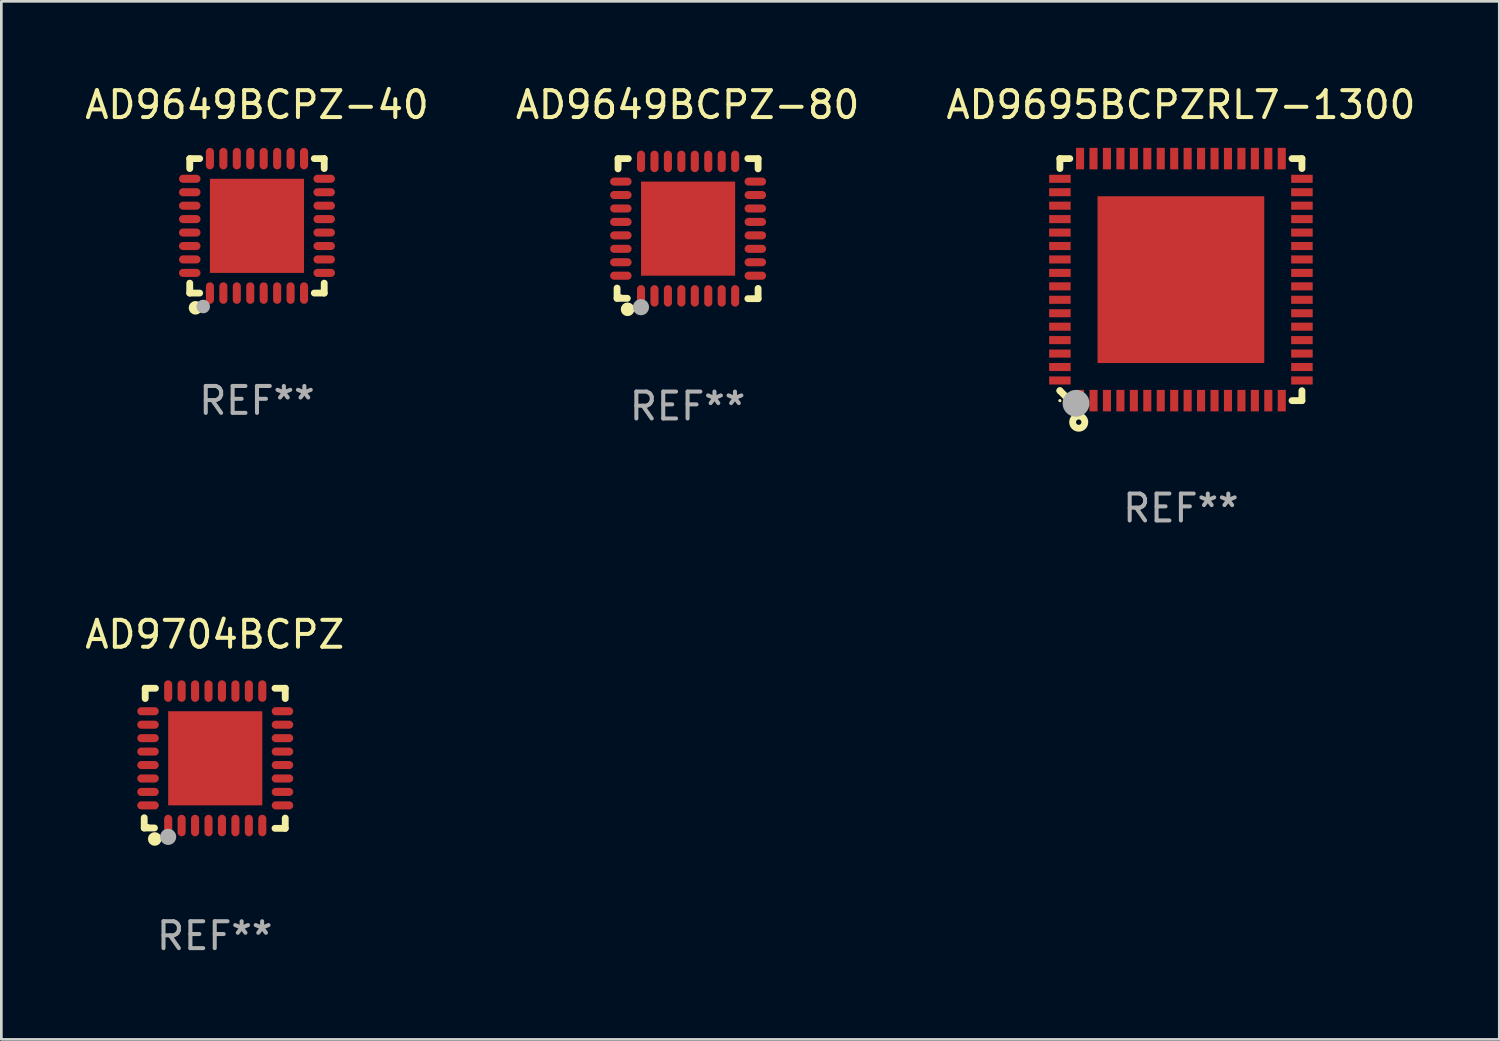
<source format=kicad_pcb>
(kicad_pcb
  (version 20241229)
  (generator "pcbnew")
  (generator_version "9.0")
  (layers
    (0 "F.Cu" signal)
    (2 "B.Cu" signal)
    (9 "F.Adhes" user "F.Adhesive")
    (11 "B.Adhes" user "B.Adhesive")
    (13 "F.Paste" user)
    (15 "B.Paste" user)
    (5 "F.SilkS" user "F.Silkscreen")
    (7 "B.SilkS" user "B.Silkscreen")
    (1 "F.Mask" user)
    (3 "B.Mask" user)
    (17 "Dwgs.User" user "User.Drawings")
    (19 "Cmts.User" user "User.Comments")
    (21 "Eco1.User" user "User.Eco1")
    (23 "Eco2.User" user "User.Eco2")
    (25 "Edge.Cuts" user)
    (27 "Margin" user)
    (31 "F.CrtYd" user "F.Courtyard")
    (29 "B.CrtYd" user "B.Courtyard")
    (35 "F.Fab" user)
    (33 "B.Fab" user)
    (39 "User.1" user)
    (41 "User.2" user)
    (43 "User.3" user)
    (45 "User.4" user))
  (footprint "AD9704BCPZ"
    (layer "F.Cu")
    (at 4.935 25.148)
    (property "Reference" "AD9704BCPZ" (at 0 -4.604 0) (layer "F.SilkS") (effects (font (size 1 1) (thickness 0.15))))
    (attr through_hole)
    (fp_line (start -2.622 2.21) (end -2.622 2.591) (stroke (width 0.254) (type solid)) (layer "F.SilkS"))
    (fp_line (start -2.622 2.591) (end -2.241 2.591) (stroke (width 0.254) (type solid)) (layer "F.SilkS"))
    (fp_line (start -2.585 -2.604) (end -2.585 -2.223) (stroke (width 0.254) (type solid)) (layer "F.SilkS"))
    (fp_line (start -2.204 -2.604) (end -2.585 -2.604) (stroke (width 0.254) (type solid)) (layer "F.SilkS"))
    (fp_line (start 2.241 2.604) (end 2.622 2.604) (stroke (width 0.254) (type solid)) (layer "F.SilkS"))
    (fp_line (start 2.622 -2.604) (end 2.241 -2.604) (stroke (width 0.254) (type solid)) (layer "F.SilkS"))
    (fp_line (start 2.622 -2.223) (end 2.622 -2.604) (stroke (width 0.254) (type solid)) (layer "F.SilkS"))
    (fp_line (start 2.622 2.604) (end 2.622 2.223) (stroke (width 0.254) (type solid)) (layer "F.SilkS"))
    (fp_circle (center -2.481 2.5) (end -2.451 2.5) (stroke (width 0.06) (type solid)) (fill no) (layer "F.SilkS"))
    (fp_circle (center -2.231 3) (end -2.104 3) (stroke (width 0.254) (type solid)) (fill no) (layer "F.SilkS"))
    (fp_circle (center -1.733 2.921) (end -1.583 2.921) (stroke (width 0.3) (type solid)) (fill no) (layer "F.Fab"))
    (fp_text user "REF**" (at 0 6.604 0) (layer "F.Fab") (effects (font (size 1 1) (thickness 0.15))))
    (pad "1" smd oval (at -1.731 2.5 90) (size 0.8 0.3) (layers "F.Cu" "F.Mask" "F.Paste"))
    (pad "2" smd oval (at -1.231 2.5 90) (size 0.8 0.3) (layers "F.Cu" "F.Mask" "F.Paste"))
    (pad "3" smd oval (at -0.731 2.5 90) (size 0.8 0.3) (layers "F.Cu" "F.Mask" "F.Paste"))
    (pad "4" smd oval (at -0.231 2.5 90) (size 0.8 0.3) (layers "F.Cu" "F.Mask" "F.Paste"))
    (pad "5" smd oval (at 0.269 2.5 90) (size 0.8 0.3) (layers "F.Cu" "F.Mask" "F.Paste"))
    (pad "6" smd oval (at 0.769 2.5 90) (size 0.8 0.3) (layers "F.Cu" "F.Mask" "F.Paste"))
    (pad "7" smd oval (at 1.269 2.5 90) (size 0.8 0.3) (layers "F.Cu" "F.Mask" "F.Paste"))
    (pad "8" smd oval (at 1.769 2.5 90) (size 0.8 0.3) (layers "F.Cu" "F.Mask" "F.Paste"))
    (pad "9" smd oval (at 2.519 1.75 180) (size 0.8 0.3) (layers "F.Cu" "F.Mask" "F.Paste"))
    (pad "10" smd oval (at 2.519 1.25 180) (size 0.8 0.3) (layers "F.Cu" "F.Mask" "F.Paste"))
    (pad "11" smd oval (at 2.519 0.75 180) (size 0.8 0.3) (layers "F.Cu" "F.Mask" "F.Paste"))
    (pad "12" smd oval (at 2.519 0.25 180) (size 0.8 0.3) (layers "F.Cu" "F.Mask" "F.Paste"))
    (pad "13" smd oval (at 2.519 -0.25 180) (size 0.8 0.3) (layers "F.Cu" "F.Mask" "F.Paste"))
    (pad "14" smd oval (at 2.519 -0.75 180) (size 0.8 0.3) (layers "F.Cu" "F.Mask" "F.Paste"))
    (pad "15" smd oval (at 2.519 -1.25 180) (size 0.8 0.3) (layers "F.Cu" "F.Mask" "F.Paste"))
    (pad "16" smd oval (at 2.519 -1.75 180) (size 0.8 0.3) (layers "F.Cu" "F.Mask" "F.Paste"))
    (pad "17" smd oval (at 1.769 -2.5 270) (size 0.8 0.3) (layers "F.Cu" "F.Mask" "F.Paste"))
    (pad "18" smd oval (at 1.269 -2.5 270) (size 0.8 0.3) (layers "F.Cu" "F.Mask" "F.Paste"))
    (pad "19" smd oval (at 0.769 -2.5 270) (size 0.8 0.3) (layers "F.Cu" "F.Mask" "F.Paste"))
    (pad "20" smd oval (at 0.269 -2.5 270) (size 0.8 0.3) (layers "F.Cu" "F.Mask" "F.Paste"))
    (pad "21" smd oval (at -0.231 -2.5 270) (size 0.8 0.3) (layers "F.Cu" "F.Mask" "F.Paste"))
    (pad "22" smd oval (at -0.731 -2.5 270) (size 0.8 0.3) (layers "F.Cu" "F.Mask" "F.Paste"))
    (pad "23" smd oval (at -1.231 -2.5 270) (size 0.8 0.3) (layers "F.Cu" "F.Mask" "F.Paste"))
    (pad "24" smd oval (at -1.731 -2.5 270) (size 0.8 0.3) (layers "F.Cu" "F.Mask" "F.Paste"))
    (pad "25" smd oval (at -2.481 -1.75) (size 0.8 0.3) (layers "F.Cu" "F.Mask" "F.Paste"))
    (pad "26" smd oval (at -2.481 -1.25) (size 0.8 0.3) (layers "F.Cu" "F.Mask" "F.Paste"))
    (pad "27" smd oval (at -2.481 -0.75) (size 0.8 0.3) (layers "F.Cu" "F.Mask" "F.Paste"))
    (pad "28" smd oval (at -2.481 -0.25) (size 0.8 0.3) (layers "F.Cu" "F.Mask" "F.Paste"))
    (pad "29" smd oval (at -2.481 0.25) (size 0.8 0.3) (layers "F.Cu" "F.Mask" "F.Paste"))
    (pad "30" smd oval (at -2.481 0.75) (size 0.8 0.3) (layers "F.Cu" "F.Mask" "F.Paste"))
    (pad "31" smd oval (at -2.481 1.25) (size 0.8 0.3) (layers "F.Cu" "F.Mask" "F.Paste"))
    (pad "32" smd oval (at -2.481 1.75) (size 0.8 0.3) (layers "F.Cu" "F.Mask" "F.Paste"))
    (pad "33" smd rect (at 0.019 -0.000025 90) (size 3.5 3.5) (layers "F.Cu" "F.Mask" "F.Paste")))
  (footprint "AD9695BCPZRL7-1300"
    (layer "F.Cu")
    (at 40.863 7.348)
    (property "Reference" "AD9695BCPZRL7-1300" (at 0 -6.5 0) (layer "F.SilkS") (effects (font (size 1 1) (thickness 0.15))))
    (attr through_hole)
    (fp_line (start -4.5 -4.5) (end -4.5 -4.131) (stroke (width 0.254) (type solid)) (layer "F.SilkS"))
    (fp_line (start -4.5 4.131) (end -4.5 4.131) (stroke (width 0.254) (type solid)) (layer "F.SilkS"))
    (fp_line (start -4.5 4.131) (end -4.131 4.5) (stroke (width 0.254) (type solid)) (layer "F.SilkS"))
    (fp_line (start -4.131 -4.5) (end -4.5 -4.5) (stroke (width 0.254) (type solid)) (layer "F.SilkS"))
    (fp_line (start 4.131 4.5) (end 4.5 4.5) (stroke (width 0.254) (type solid)) (layer "F.SilkS"))
    (fp_line (start 4.5 -4.5) (end 4.131 -4.5) (stroke (width 0.254) (type solid)) (layer "F.SilkS"))
    (fp_line (start 4.5 -4.131) (end 4.5 -4.5) (stroke (width 0.254) (type solid)) (layer "F.SilkS"))
    (fp_line (start 4.5 4.5) (end 4.5 4.131) (stroke (width 0.254) (type solid)) (layer "F.SilkS"))
    (fp_circle (center -4.5 4.5) (end -4.47 4.5) (stroke (width 0.06) (type solid)) (fill no) (layer "F.SilkS"))
    (fp_circle (center -3.8 5.3) (end -3.7 5.3) (stroke (width 0.254) (type solid)) (fill no) (layer "F.SilkS"))
    (fp_circle (center -3.9 4.6) (end -3.65 4.6) (stroke (width 0.5) (type solid)) (fill no) (layer "F.Fab"))
    (fp_text user "REF**" (at 0 8.5 0) (layer "F.Fab") (effects (font (size 1 1) (thickness 0.15))))
    (pad "1" smd rect (at -3.75 4.5) (size 0.3 0.8) (layers "F.Cu" "F.Mask" "F.Paste"))
    (pad "2" smd rect (at -3.25 4.5) (size 0.3 0.8) (layers "F.Cu" "F.Mask" "F.Paste"))
    (pad "3" smd rect (at -2.75 4.5) (size 0.3 0.8) (layers "F.Cu" "F.Mask" "F.Paste"))
    (pad "4" smd rect (at -2.25 4.5) (size 0.3 0.8) (layers "F.Cu" "F.Mask" "F.Paste"))
    (pad "5" smd rect (at -1.75 4.5) (size 0.3 0.8) (layers "F.Cu" "F.Mask" "F.Paste"))
    (pad "6" smd rect (at -1.25 4.5) (size 0.3 0.8) (layers "F.Cu" "F.Mask" "F.Paste"))
    (pad "7" smd rect (at -0.75 4.5) (size 0.3 0.8) (layers "F.Cu" "F.Mask" "F.Paste"))
    (pad "8" smd rect (at -0.25 4.5) (size 0.3 0.8) (layers "F.Cu" "F.Mask" "F.Paste"))
    (pad "9" smd rect (at 0.25 4.5) (size 0.3 0.8) (layers "F.Cu" "F.Mask" "F.Paste"))
    (pad "10" smd rect (at 0.75 4.5) (size 0.3 0.8) (layers "F.Cu" "F.Mask" "F.Paste"))
    (pad "11" smd rect (at 1.25 4.5) (size 0.3 0.8) (layers "F.Cu" "F.Mask" "F.Paste"))
    (pad "12" smd rect (at 1.75 4.5) (size 0.3 0.8) (layers "F.Cu" "F.Mask" "F.Paste"))
    (pad "13" smd rect (at 2.25 4.5) (size 0.3 0.8) (layers "F.Cu" "F.Mask" "F.Paste"))
    (pad "14" smd rect (at 2.75 4.5) (size 0.3 0.8) (layers "F.Cu" "F.Mask" "F.Paste"))
    (pad "15" smd rect (at 3.25 4.5) (size 0.3 0.8) (layers "F.Cu" "F.Mask" "F.Paste"))
    (pad "16" smd rect (at 3.75 4.5) (size 0.3 0.8) (layers "F.Cu" "F.Mask" "F.Paste"))
    (pad "17" smd rect (at 4.5 3.75) (size 0.8 0.3) (layers "F.Cu" "F.Mask" "F.Paste"))
    (pad "18" smd rect (at 4.5 3.25) (size 0.8 0.3) (layers "F.Cu" "F.Mask" "F.Paste"))
    (pad "19" smd rect (at 4.5 2.75) (size 0.8 0.3) (layers "F.Cu" "F.Mask" "F.Paste"))
    (pad "20" smd rect (at 4.5 2.25) (size 0.8 0.3) (layers "F.Cu" "F.Mask" "F.Paste"))
    (pad "21" smd rect (at 4.5 1.75) (size 0.8 0.3) (layers "F.Cu" "F.Mask" "F.Paste"))
    (pad "22" smd rect (at 4.5 1.25) (size 0.8 0.3) (layers "F.Cu" "F.Mask" "F.Paste"))
    (pad "23" smd rect (at 4.5 0.75) (size 0.8 0.3) (layers "F.Cu" "F.Mask" "F.Paste"))
    (pad "24" smd rect (at 4.5 0.25) (size 0.8 0.3) (layers "F.Cu" "F.Mask" "F.Paste"))
    (pad "25" smd rect (at 4.5 -0.25) (size 0.8 0.3) (layers "F.Cu" "F.Mask" "F.Paste"))
    (pad "26" smd rect (at 4.5 -0.75) (size 0.8 0.3) (layers "F.Cu" "F.Mask" "F.Paste"))
    (pad "27" smd rect (at 4.5 -1.25) (size 0.8 0.3) (layers "F.Cu" "F.Mask" "F.Paste"))
    (pad "28" smd rect (at 4.5 -1.75) (size 0.8 0.3) (layers "F.Cu" "F.Mask" "F.Paste"))
    (pad "29" smd rect (at 4.5 -2.25) (size 0.8 0.3) (layers "F.Cu" "F.Mask" "F.Paste"))
    (pad "30" smd rect (at 4.5 -2.75) (size 0.8 0.3) (layers "F.Cu" "F.Mask" "F.Paste"))
    (pad "31" smd rect (at 4.5 -3.25) (size 0.8 0.3) (layers "F.Cu" "F.Mask" "F.Paste"))
    (pad "32" smd rect (at 4.5 -3.75) (size 0.8 0.3) (layers "F.Cu" "F.Mask" "F.Paste"))
    (pad "33" smd rect (at 3.75 -4.5) (size 0.3 0.8) (layers "F.Cu" "F.Mask" "F.Paste"))
    (pad "34" smd rect (at 3.25 -4.5) (size 0.3 0.8) (layers "F.Cu" "F.Mask" "F.Paste"))
    (pad "35" smd rect (at 2.75 -4.5) (size 0.3 0.8) (layers "F.Cu" "F.Mask" "F.Paste"))
    (pad "36" smd rect (at 2.25 -4.5) (size 0.3 0.8) (layers "F.Cu" "F.Mask" "F.Paste"))
    (pad "37" smd rect (at 1.75 -4.5) (size 0.3 0.8) (layers "F.Cu" "F.Mask" "F.Paste"))
    (pad "38" smd rect (at 1.25 -4.5) (size 0.3 0.8) (layers "F.Cu" "F.Mask" "F.Paste"))
    (pad "39" smd rect (at 0.75 -4.5) (size 0.3 0.8) (layers "F.Cu" "F.Mask" "F.Paste"))
    (pad "40" smd rect (at 0.25 -4.5) (size 0.3 0.8) (layers "F.Cu" "F.Mask" "F.Paste"))
    (pad "41" smd rect (at -0.25 -4.5) (size 0.3 0.8) (layers "F.Cu" "F.Mask" "F.Paste"))
    (pad "42" smd rect (at -0.75 -4.5) (size 0.3 0.8) (layers "F.Cu" "F.Mask" "F.Paste"))
    (pad "43" smd rect (at -1.25 -4.5) (size 0.3 0.8) (layers "F.Cu" "F.Mask" "F.Paste"))
    (pad "44" smd rect (at -1.75 -4.5) (size 0.3 0.8) (layers "F.Cu" "F.Mask" "F.Paste"))
    (pad "45" smd rect (at -2.25 -4.5) (size 0.3 0.8) (layers "F.Cu" "F.Mask" "F.Paste"))
    (pad "46" smd rect (at -2.75 -4.5) (size 0.3 0.8) (layers "F.Cu" "F.Mask" "F.Paste"))
    (pad "47" smd rect (at -3.25 -4.5) (size 0.3 0.8) (layers "F.Cu" "F.Mask" "F.Paste"))
    (pad "48" smd rect (at -3.75 -4.5) (size 0.3 0.8) (layers "F.Cu" "F.Mask" "F.Paste"))
    (pad "49" smd rect (at -4.5 -3.75) (size 0.8 0.3) (layers "F.Cu" "F.Mask" "F.Paste"))
    (pad "50" smd rect (at -4.5 -3.25) (size 0.8 0.3) (layers "F.Cu" "F.Mask" "F.Paste"))
    (pad "51" smd rect (at -4.5 -2.75) (size 0.8 0.3) (layers "F.Cu" "F.Mask" "F.Paste"))
    (pad "52" smd rect (at -4.5 -2.25) (size 0.8 0.3) (layers "F.Cu" "F.Mask" "F.Paste"))
    (pad "53" smd rect (at -4.5 -1.75) (size 0.8 0.3) (layers "F.Cu" "F.Mask" "F.Paste"))
    (pad "54" smd rect (at -4.5 -1.25) (size 0.8 0.3) (layers "F.Cu" "F.Mask" "F.Paste"))
    (pad "55" smd rect (at -4.5 -0.75) (size 0.8 0.3) (layers "F.Cu" "F.Mask" "F.Paste"))
    (pad "56" smd rect (at -4.5 -0.25) (size 0.8 0.3) (layers "F.Cu" "F.Mask" "F.Paste"))
    (pad "57" smd rect (at -4.5 0.25) (size 0.8 0.3) (layers "F.Cu" "F.Mask" "F.Paste"))
    (pad "58" smd rect (at -4.5 0.75) (size 0.8 0.3) (layers "F.Cu" "F.Mask" "F.Paste"))
    (pad "59" smd rect (at -4.5 1.25) (size 0.8 0.3) (layers "F.Cu" "F.Mask" "F.Paste"))
    (pad "60" smd rect (at -4.5 1.75) (size 0.8 0.3) (layers "F.Cu" "F.Mask" "F.Paste"))
    (pad "61" smd rect (at -4.5 2.25) (size 0.8 0.3) (layers "F.Cu" "F.Mask" "F.Paste"))
    (pad "62" smd rect (at -4.5 2.75) (size 0.8 0.3) (layers "F.Cu" "F.Mask" "F.Paste"))
    (pad "63" smd rect (at -4.5 3.25) (size 0.8 0.3) (layers "F.Cu" "F.Mask" "F.Paste"))
    (pad "64" smd rect (at -4.5 3.75) (size 0.8 0.3) (layers "F.Cu" "F.Mask" "F.Paste"))
    (pad "65" smd rect (at -0.001 0.001) (size 6.2 6.2) (layers "F.Cu" "F.Mask" "F.Paste")))
  (footprint "AD9649BCPZ-80"
    (layer "F.Cu")
    (at 22.518 5.452)
    (property "Reference" "AD9649BCPZ-80" (at 0 -4.604 0) (layer "F.SilkS") (effects (font (size 1 1) (thickness 0.15))))
    (attr through_hole)
    (fp_line (start -2.622 2.21) (end -2.622 2.591) (stroke (width 0.254) (type solid)) (layer "F.SilkS"))
    (fp_line (start -2.622 2.591) (end -2.241 2.591) (stroke (width 0.254) (type solid)) (layer "F.SilkS"))
    (fp_line (start -2.585 -2.604) (end -2.585 -2.223) (stroke (width 0.254) (type solid)) (layer "F.SilkS"))
    (fp_line (start -2.204 -2.604) (end -2.585 -2.604) (stroke (width 0.254) (type solid)) (layer "F.SilkS"))
    (fp_line (start 2.241 2.604) (end 2.622 2.604) (stroke (width 0.254) (type solid)) (layer "F.SilkS"))
    (fp_line (start 2.622 -2.604) (end 2.241 -2.604) (stroke (width 0.254) (type solid)) (layer "F.SilkS"))
    (fp_line (start 2.622 -2.223) (end 2.622 -2.604) (stroke (width 0.254) (type solid)) (layer "F.SilkS"))
    (fp_line (start 2.622 2.604) (end 2.622 2.223) (stroke (width 0.254) (type solid)) (layer "F.SilkS"))
    (fp_circle (center -2.481 2.5) (end -2.451 2.5) (stroke (width 0.06) (type solid)) (fill no) (layer "F.SilkS"))
    (fp_circle (center -2.231 3) (end -2.104 3) (stroke (width 0.254) (type solid)) (fill no) (layer "F.SilkS"))
    (fp_circle (center -1.733 2.921) (end -1.583 2.921) (stroke (width 0.3) (type solid)) (fill no) (layer "F.Fab"))
    (fp_text user "REF**" (at 0 6.604 0) (layer "F.Fab") (effects (font (size 1 1) (thickness 0.15))))
    (pad "1" smd oval (at -1.731 2.5 90) (size 0.8 0.3) (layers "F.Cu" "F.Mask" "F.Paste"))
    (pad "2" smd oval (at -1.231 2.5 90) (size 0.8 0.3) (layers "F.Cu" "F.Mask" "F.Paste"))
    (pad "3" smd oval (at -0.731 2.5 90) (size 0.8 0.3) (layers "F.Cu" "F.Mask" "F.Paste"))
    (pad "4" smd oval (at -0.231 2.5 90) (size 0.8 0.3) (layers "F.Cu" "F.Mask" "F.Paste"))
    (pad "5" smd oval (at 0.269 2.5 90) (size 0.8 0.3) (layers "F.Cu" "F.Mask" "F.Paste"))
    (pad "6" smd oval (at 0.769 2.5 90) (size 0.8 0.3) (layers "F.Cu" "F.Mask" "F.Paste"))
    (pad "7" smd oval (at 1.269 2.5 90) (size 0.8 0.3) (layers "F.Cu" "F.Mask" "F.Paste"))
    (pad "8" smd oval (at 1.769 2.5 90) (size 0.8 0.3) (layers "F.Cu" "F.Mask" "F.Paste"))
    (pad "9" smd oval (at 2.519 1.75 180) (size 0.8 0.3) (layers "F.Cu" "F.Mask" "F.Paste"))
    (pad "10" smd oval (at 2.519 1.25 180) (size 0.8 0.3) (layers "F.Cu" "F.Mask" "F.Paste"))
    (pad "11" smd oval (at 2.519 0.75 180) (size 0.8 0.3) (layers "F.Cu" "F.Mask" "F.Paste"))
    (pad "12" smd oval (at 2.519 0.25 180) (size 0.8 0.3) (layers "F.Cu" "F.Mask" "F.Paste"))
    (pad "13" smd oval (at 2.519 -0.25 180) (size 0.8 0.3) (layers "F.Cu" "F.Mask" "F.Paste"))
    (pad "14" smd oval (at 2.519 -0.75 180) (size 0.8 0.3) (layers "F.Cu" "F.Mask" "F.Paste"))
    (pad "15" smd oval (at 2.519 -1.25 180) (size 0.8 0.3) (layers "F.Cu" "F.Mask" "F.Paste"))
    (pad "16" smd oval (at 2.519 -1.75 180) (size 0.8 0.3) (layers "F.Cu" "F.Mask" "F.Paste"))
    (pad "17" smd oval (at 1.769 -2.5 270) (size 0.8 0.3) (layers "F.Cu" "F.Mask" "F.Paste"))
    (pad "18" smd oval (at 1.269 -2.5 270) (size 0.8 0.3) (layers "F.Cu" "F.Mask" "F.Paste"))
    (pad "19" smd oval (at 0.769 -2.5 270) (size 0.8 0.3) (layers "F.Cu" "F.Mask" "F.Paste"))
    (pad "20" smd oval (at 0.269 -2.5 270) (size 0.8 0.3) (layers "F.Cu" "F.Mask" "F.Paste"))
    (pad "21" smd oval (at -0.231 -2.5 270) (size 0.8 0.3) (layers "F.Cu" "F.Mask" "F.Paste"))
    (pad "22" smd oval (at -0.731 -2.5 270) (size 0.8 0.3) (layers "F.Cu" "F.Mask" "F.Paste"))
    (pad "23" smd oval (at -1.231 -2.5 270) (size 0.8 0.3) (layers "F.Cu" "F.Mask" "F.Paste"))
    (pad "24" smd oval (at -1.731 -2.5 270) (size 0.8 0.3) (layers "F.Cu" "F.Mask" "F.Paste"))
    (pad "25" smd oval (at -2.481 -1.75) (size 0.8 0.3) (layers "F.Cu" "F.Mask" "F.Paste"))
    (pad "26" smd oval (at -2.481 -1.25) (size 0.8 0.3) (layers "F.Cu" "F.Mask" "F.Paste"))
    (pad "27" smd oval (at -2.481 -0.75) (size 0.8 0.3) (layers "F.Cu" "F.Mask" "F.Paste"))
    (pad "28" smd oval (at -2.481 -0.25) (size 0.8 0.3) (layers "F.Cu" "F.Mask" "F.Paste"))
    (pad "29" smd oval (at -2.481 0.25) (size 0.8 0.3) (layers "F.Cu" "F.Mask" "F.Paste"))
    (pad "30" smd oval (at -2.481 0.75) (size 0.8 0.3) (layers "F.Cu" "F.Mask" "F.Paste"))
    (pad "31" smd oval (at -2.481 1.25) (size 0.8 0.3) (layers "F.Cu" "F.Mask" "F.Paste"))
    (pad "32" smd oval (at -2.481 1.75) (size 0.8 0.3) (layers "F.Cu" "F.Mask" "F.Paste"))
    (pad "33" smd rect (at 0.019 -0.000025 90) (size 3.5 3.5) (layers "F.Cu" "F.Mask" "F.Paste")))
  (footprint "AD9649BCPZ-40"
    (layer "F.Cu")
    (at 6.506 5.348)
    (property "Reference" "AD9649BCPZ-40" (at 0 -4.5 0) (layer "F.SilkS") (effects (font (size 1 1) (thickness 0.15))))
    (attr through_hole)
    (fp_line (start -2.5 -2.5) (end -2.131 -2.5) (stroke (width 0.254) (type solid)) (layer "F.SilkS"))
    (fp_line (start -2.5 -2.131) (end -2.5 -2.5) (stroke (width 0.254) (type solid)) (layer "F.SilkS"))
    (fp_line (start -2.5 2.5) (end -2.5 2.131) (stroke (width 0.254) (type solid)) (layer "F.SilkS"))
    (fp_line (start -2.131 2.5) (end -2.5 2.5) (stroke (width 0.254) (type solid)) (layer "F.SilkS"))
    (fp_line (start 2.131 -2.5) (end 2.5 -2.5) (stroke (width 0.254) (type solid)) (layer "F.SilkS"))
    (fp_line (start 2.5 -2.5) (end 2.5 -2.131) (stroke (width 0.254) (type solid)) (layer "F.SilkS"))
    (fp_line (start 2.5 2.131) (end 2.5 2.5) (stroke (width 0.254) (type solid)) (layer "F.SilkS"))
    (fp_line (start 2.5 2.5) (end 2.131 2.5) (stroke (width 0.254) (type solid)) (layer "F.SilkS"))
    (fp_circle (center -2.5 2.5) (end -2.47 2.5) (stroke (width 0.06) (type solid)) (fill no) (layer "F.SilkS"))
    (fp_circle (center -2.286 3.048) (end -2.159 3.048) (stroke (width 0.254) (type solid)) (fill no) (layer "F.SilkS"))
    (fp_circle (center -2 3) (end -1.873 3) (stroke (width 0.254) (type solid)) (fill no) (layer "F.Fab"))
    (fp_text user "REF**" (at 0 6.5 0) (layer "F.Fab") (effects (font (size 1 1) (thickness 0.15))))
    (pad "1" smd oval (at -1.75 2.5 90) (size 0.8 0.3) (layers "F.Cu" "F.Mask" "F.Paste"))
    (pad "2" smd oval (at -1.25 2.5 90) (size 0.8 0.3) (layers "F.Cu" "F.Mask" "F.Paste"))
    (pad "3" smd oval (at -0.75 2.5 90) (size 0.8 0.3) (layers "F.Cu" "F.Mask" "F.Paste"))
    (pad "4" smd oval (at -0.25 2.5 90) (size 0.8 0.3) (layers "F.Cu" "F.Mask" "F.Paste"))
    (pad "5" smd oval (at 0.25 2.5 90) (size 0.8 0.3) (layers "F.Cu" "F.Mask" "F.Paste"))
    (pad "6" smd oval (at 0.75 2.5 90) (size 0.8 0.3) (layers "F.Cu" "F.Mask" "F.Paste"))
    (pad "7" smd oval (at 1.25 2.5 90) (size 0.8 0.3) (layers "F.Cu" "F.Mask" "F.Paste"))
    (pad "8" smd oval (at 1.75 2.5 90) (size 0.8 0.3) (layers "F.Cu" "F.Mask" "F.Paste"))
    (pad "9" smd oval (at 2.5 1.75 180) (size 0.8 0.3) (layers "F.Cu" "F.Mask" "F.Paste"))
    (pad "10" smd oval (at 2.5 1.25 180) (size 0.8 0.3) (layers "F.Cu" "F.Mask" "F.Paste"))
    (pad "11" smd oval (at 2.5 0.75 180) (size 0.8 0.3) (layers "F.Cu" "F.Mask" "F.Paste"))
    (pad "12" smd oval (at 2.5 0.25 180) (size 0.8 0.3) (layers "F.Cu" "F.Mask" "F.Paste"))
    (pad "13" smd oval (at 2.5 -0.25 180) (size 0.8 0.3) (layers "F.Cu" "F.Mask" "F.Paste"))
    (pad "14" smd oval (at 2.5 -0.75 180) (size 0.8 0.3) (layers "F.Cu" "F.Mask" "F.Paste"))
    (pad "15" smd oval (at 2.5 -1.25 180) (size 0.8 0.3) (layers "F.Cu" "F.Mask" "F.Paste"))
    (pad "16" smd oval (at 2.5 -1.75 180) (size 0.8 0.3) (layers "F.Cu" "F.Mask" "F.Paste"))
    (pad "17" smd oval (at 1.75 -2.5 270) (size 0.8 0.3) (layers "F.Cu" "F.Mask" "F.Paste"))
    (pad "18" smd oval (at 1.25 -2.5 270) (size 0.8 0.3) (layers "F.Cu" "F.Mask" "F.Paste"))
    (pad "19" smd oval (at 0.75 -2.5 270) (size 0.8 0.3) (layers "F.Cu" "F.Mask" "F.Paste"))
    (pad "20" smd oval (at 0.25 -2.5 270) (size 0.8 0.3) (layers "F.Cu" "F.Mask" "F.Paste"))
    (pad "21" smd oval (at -0.25 -2.5 270) (size 0.8 0.3) (layers "F.Cu" "F.Mask" "F.Paste"))
    (pad "22" smd oval (at -0.75 -2.5 270) (size 0.8 0.3) (layers "F.Cu" "F.Mask" "F.Paste"))
    (pad "23" smd oval (at -1.25 -2.5 270) (size 0.8 0.3) (layers "F.Cu" "F.Mask" "F.Paste"))
    (pad "24" smd oval (at -1.75 -2.5 270) (size 0.8 0.3) (layers "F.Cu" "F.Mask" "F.Paste"))
    (pad "25" smd oval (at -2.5 -1.75) (size 0.8 0.3) (layers "F.Cu" "F.Mask" "F.Paste"))
    (pad "26" smd oval (at -2.5 -1.25) (size 0.8 0.3) (layers "F.Cu" "F.Mask" "F.Paste"))
    (pad "27" smd oval (at -2.5 -0.75) (size 0.8 0.3) (layers "F.Cu" "F.Mask" "F.Paste"))
    (pad "28" smd oval (at -2.5 -0.25) (size 0.8 0.3) (layers "F.Cu" "F.Mask" "F.Paste"))
    (pad "29" smd oval (at -2.5 0.25) (size 0.8 0.3) (layers "F.Cu" "F.Mask" "F.Paste"))
    (pad "30" smd oval (at -2.5 0.75) (size 0.8 0.3) (layers "F.Cu" "F.Mask" "F.Paste"))
    (pad "31" smd oval (at -2.5 1.25) (size 0.8 0.3) (layers "F.Cu" "F.Mask" "F.Paste"))
    (pad "32" smd oval (at -2.5 1.75) (size 0.8 0.3) (layers "F.Cu" "F.Mask" "F.Paste"))
    (pad "33" smd rect (at -0.000127 0.000127 90) (size 3.5 3.5) (layers "F.Cu" "F.Mask" "F.Paste")))
  (gr_rect
    (start -3 -3)
    (end 52.702 35.6)
    (stroke (width 0.1) (type default))
    (fill no)
    (layer "Edge.Cuts")))
</source>
